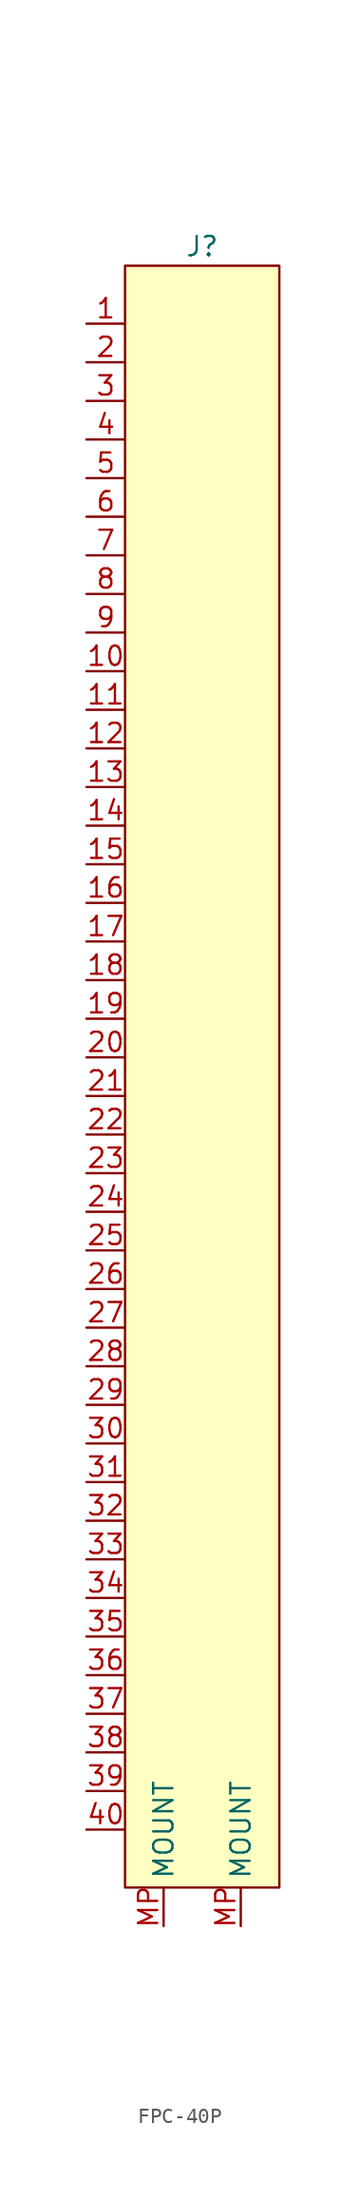
<source format=kicad_sym>
(kicad_symbol_lib
  (version 20220914)
  (generator kicad_symbol_editor)
  (symbol "FPC-40P"
    (property "Reference" "J"
      (at 5.08 1.27 0)
      (effects (font (size 1.27 1.27))))
    (property "Value" ""
      (at 0 0 0)
      (effects (font (size 1.27 1.27))))
    (symbol "FPC-40P_1_1"
      (rectangle (start 0 0) (end 10.16 -106.68) (stroke (width 0) (type default)) (fill (type background)))
      (pin input line (at -2.54 -3.81 0) (length 2.54) (name "" (effects (font (size 1.27 1.27)))) (number "1" (effects (font (size 1.27 1.27)))))
      (pin input line (at -2.54 -26.67 0) (length 2.54) (name "" (effects (font (size 1.27 1.27)))) (number "10" (effects (font (size 1.27 1.27)))))
      (pin input line (at -2.54 -29.21 0) (length 2.54) (name "" (effects (font (size 1.27 1.27)))) (number "11" (effects (font (size 1.27 1.27)))))
      (pin input line (at -2.54 -31.75 0) (length 2.54) (name "" (effects (font (size 1.27 1.27)))) (number "12" (effects (font (size 1.27 1.27)))))
      (pin input line (at -2.54 -34.29 0) (length 2.54) (name "" (effects (font (size 1.27 1.27)))) (number "13" (effects (font (size 1.27 1.27)))))
      (pin input line (at -2.54 -36.83 0) (length 2.54) (name "" (effects (font (size 1.27 1.27)))) (number "14" (effects (font (size 1.27 1.27)))))
      (pin input line (at -2.54 -39.37 0) (length 2.54) (name "" (effects (font (size 1.27 1.27)))) (number "15" (effects (font (size 1.27 1.27)))))
      (pin input line (at -2.54 -41.91 0) (length 2.54) (name "" (effects (font (size 1.27 1.27)))) (number "16" (effects (font (size 1.27 1.27)))))
      (pin input line (at -2.54 -44.45 0) (length 2.54) (name "" (effects (font (size 1.27 1.27)))) (number "17" (effects (font (size 1.27 1.27)))))
      (pin input line (at -2.54 -46.99 0) (length 2.54) (name "" (effects (font (size 1.27 1.27)))) (number "18" (effects (font (size 1.27 1.27)))))
      (pin input line (at -2.54 -49.53 0) (length 2.54) (name "" (effects (font (size 1.27 1.27)))) (number "19" (effects (font (size 1.27 1.27)))))
      (pin input line (at -2.54 -6.35 0) (length 2.54) (name "" (effects (font (size 1.27 1.27)))) (number "2" (effects (font (size 1.27 1.27)))))
      (pin input line (at -2.54 -52.07 0) (length 2.54) (name "" (effects (font (size 1.27 1.27)))) (number "20" (effects (font (size 1.27 1.27)))))
      (pin input line (at -2.54 -54.61 0) (length 2.54) (name "" (effects (font (size 1.27 1.27)))) (number "21" (effects (font (size 1.27 1.27)))))
      (pin input line (at -2.54 -57.15 0) (length 2.54) (name "" (effects (font (size 1.27 1.27)))) (number "22" (effects (font (size 1.27 1.27)))))
      (pin input line (at -2.54 -59.69 0) (length 2.54) (name "" (effects (font (size 1.27 1.27)))) (number "23" (effects (font (size 1.27 1.27)))))
      (pin input line (at -2.54 -62.23 0) (length 2.54) (name "" (effects (font (size 1.27 1.27)))) (number "24" (effects (font (size 1.27 1.27)))))
      (pin input line (at -2.54 -64.77 0) (length 2.54) (name "" (effects (font (size 1.27 1.27)))) (number "25" (effects (font (size 1.27 1.27)))))
      (pin input line (at -2.54 -67.31 0) (length 2.54) (name "" (effects (font (size 1.27 1.27)))) (number "26" (effects (font (size 1.27 1.27)))))
      (pin input line (at -2.54 -69.85 0) (length 2.54) (name "" (effects (font (size 1.27 1.27)))) (number "27" (effects (font (size 1.27 1.27)))))
      (pin input line (at -2.54 -72.39 0) (length 2.54) (name "" (effects (font (size 1.27 1.27)))) (number "28" (effects (font (size 1.27 1.27)))))
      (pin input line (at -2.54 -74.93 0) (length 2.54) (name "" (effects (font (size 1.27 1.27)))) (number "29" (effects (font (size 1.27 1.27)))))
      (pin input line (at -2.54 -8.89 0) (length 2.54) (name "" (effects (font (size 1.27 1.27)))) (number "3" (effects (font (size 1.27 1.27)))))
      (pin input line (at -2.54 -77.47 0) (length 2.54) (name "" (effects (font (size 1.27 1.27)))) (number "30" (effects (font (size 1.27 1.27)))))
      (pin input line (at -2.54 -80.01 0) (length 2.54) (name "" (effects (font (size 1.27 1.27)))) (number "31" (effects (font (size 1.27 1.27)))))
      (pin input line (at -2.54 -82.55 0) (length 2.54) (name "" (effects (font (size 1.27 1.27)))) (number "32" (effects (font (size 1.27 1.27)))))
      (pin input line (at -2.54 -85.09 0) (length 2.54) (name "" (effects (font (size 1.27 1.27)))) (number "33" (effects (font (size 1.27 1.27)))))
      (pin input line (at -2.54 -87.63 0) (length 2.54) (name "" (effects (font (size 1.27 1.27)))) (number "34" (effects (font (size 1.27 1.27)))))
      (pin input line (at -2.54 -90.17 0) (length 2.54) (name "" (effects (font (size 1.27 1.27)))) (number "35" (effects (font (size 1.27 1.27)))))
      (pin input line (at -2.54 -92.71 0) (length 2.54) (name "" (effects (font (size 1.27 1.27)))) (number "36" (effects (font (size 1.27 1.27)))))
      (pin input line (at -2.54 -95.25 0) (length 2.54) (name "" (effects (font (size 1.27 1.27)))) (number "37" (effects (font (size 1.27 1.27)))))
      (pin input line (at -2.54 -97.79 0) (length 2.54) (name "" (effects (font (size 1.27 1.27)))) (number "38" (effects (font (size 1.27 1.27)))))
      (pin input line (at -2.54 -100.33 0) (length 2.54) (name "" (effects (font (size 1.27 1.27)))) (number "39" (effects (font (size 1.27 1.27)))))
      (pin input line (at -2.54 -11.43 0) (length 2.54) (name "" (effects (font (size 1.27 1.27)))) (number "4" (effects (font (size 1.27 1.27)))))
      (pin input line (at -2.54 -102.87 0) (length 2.54) (name "" (effects (font (size 1.27 1.27)))) (number "40" (effects (font (size 1.27 1.27)))))
      (pin input line (at -2.54 -13.97 0) (length 2.54) (name "" (effects (font (size 1.27 1.27)))) (number "5" (effects (font (size 1.27 1.27)))))
      (pin input line (at -2.54 -16.51 0) (length 2.54) (name "" (effects (font (size 1.27 1.27)))) (number "6" (effects (font (size 1.27 1.27)))))
      (pin input line (at -2.54 -19.05 0) (length 2.54) (name "" (effects (font (size 1.27 1.27)))) (number "7" (effects (font (size 1.27 1.27)))))
      (pin input line (at -2.54 -21.59 0) (length 2.54) (name "" (effects (font (size 1.27 1.27)))) (number "8" (effects (font (size 1.27 1.27)))))
      (pin input line (at -2.54 -24.13 0) (length 2.54) (name "" (effects (font (size 1.27 1.27)))) (number "9" (effects (font (size 1.27 1.27)))))
      (pin input line (at 2.54 -109.22 90) (length 2.54) (name "MOUNT" (effects (font (size 1.27 1.27)))) (number "MP" (effects (font (size 1.27 1.27)))))
      (pin input line (at 7.62 -109.22 90) (length 2.54) (name "MOUNT" (effects (font (size 1.27 1.27)))) (number "MP" (effects (font (size 1.27 1.27))))))))
</source>
